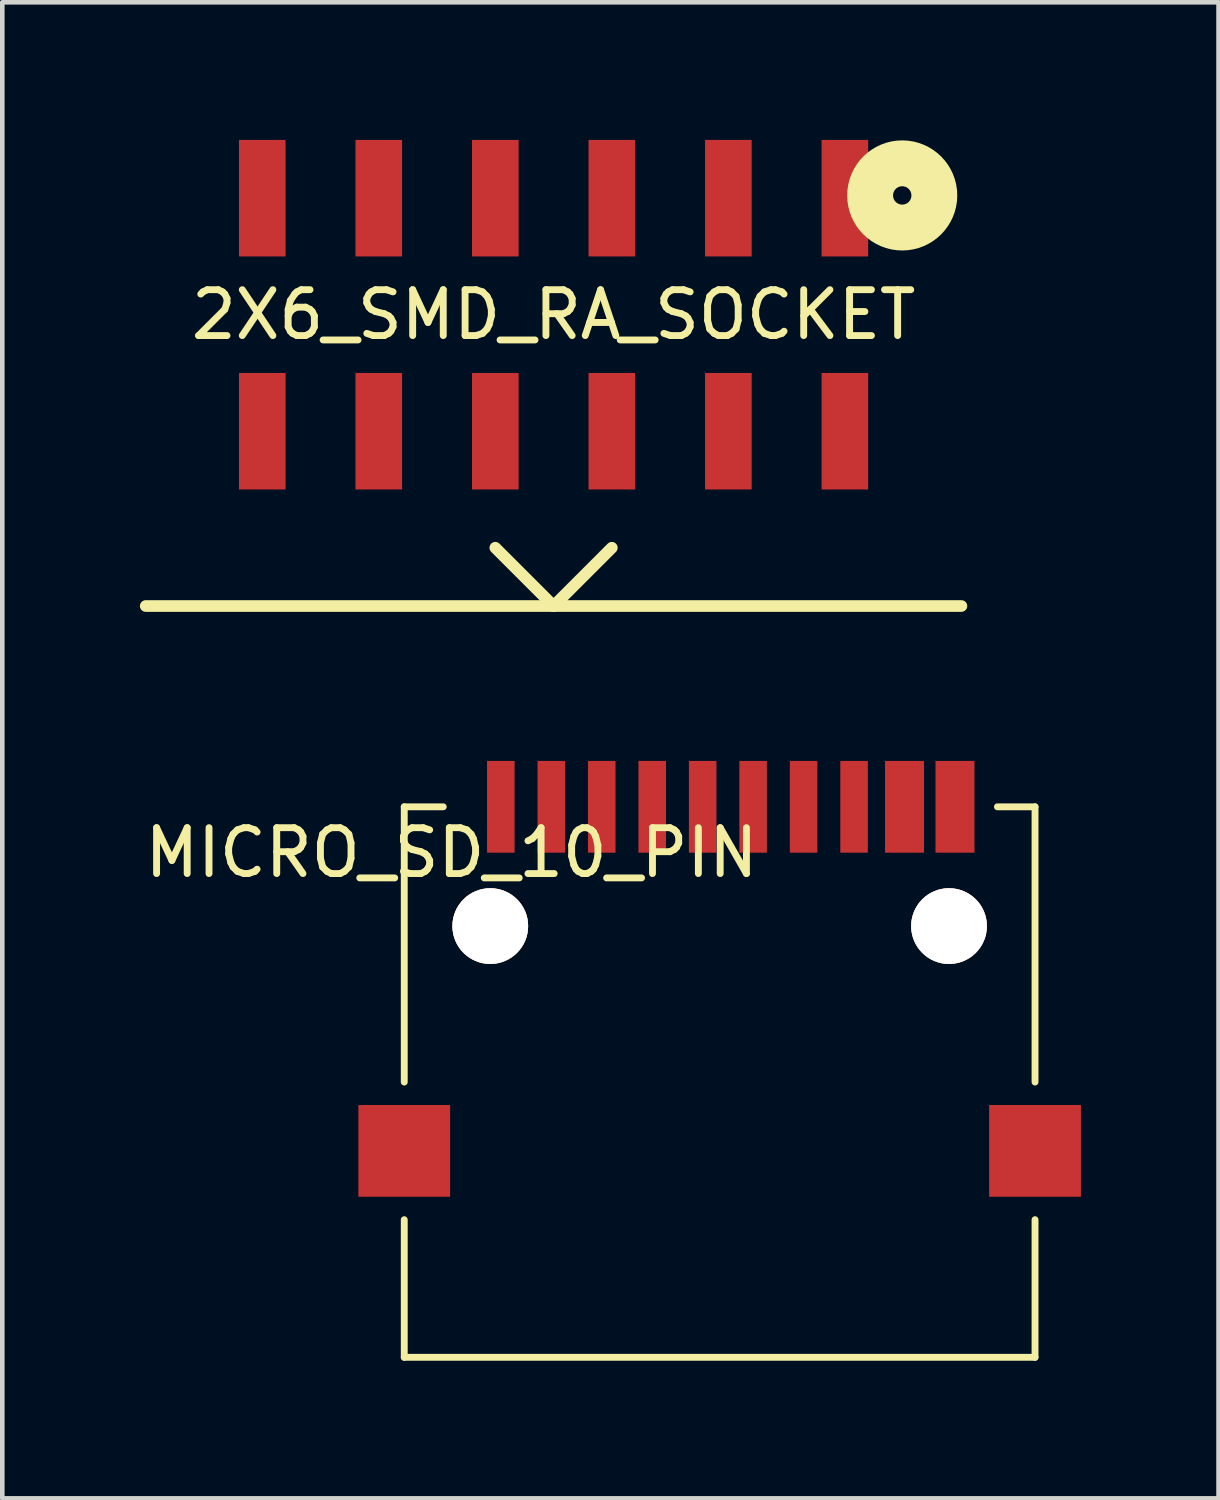
<source format=kicad_pcb>
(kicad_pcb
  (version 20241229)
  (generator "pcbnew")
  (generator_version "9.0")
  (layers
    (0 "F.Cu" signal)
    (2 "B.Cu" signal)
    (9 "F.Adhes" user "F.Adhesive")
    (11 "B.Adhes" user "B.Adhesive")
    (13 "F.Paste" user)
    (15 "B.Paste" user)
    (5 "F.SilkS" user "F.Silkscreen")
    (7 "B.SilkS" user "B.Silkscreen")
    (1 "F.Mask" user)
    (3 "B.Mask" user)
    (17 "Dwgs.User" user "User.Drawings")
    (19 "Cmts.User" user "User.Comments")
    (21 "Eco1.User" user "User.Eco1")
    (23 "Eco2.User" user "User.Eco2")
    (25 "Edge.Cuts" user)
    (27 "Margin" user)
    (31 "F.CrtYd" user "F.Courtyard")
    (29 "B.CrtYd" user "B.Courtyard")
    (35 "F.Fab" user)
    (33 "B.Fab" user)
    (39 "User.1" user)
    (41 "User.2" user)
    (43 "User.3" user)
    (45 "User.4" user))
  (footprint "MICRO_SD_10_PIN"
    (layer "F.Cu")
    (at 18.192 13.537)
    (property "Reference" "MICRO_SD_10_PIN" (at -11.4 2 0) (layer "F.SilkS") (effects (font (size 1 1) (thickness 0.15))))
    (attr through_hole)
    (fp_line (start -12.43 1) (end -11.58 1) (stroke (width 0.15) (type solid)) (layer "F.SilkS"))
    (fp_line (start -12.43 7) (end -12.43 1) (stroke (width 0.15) (type solid)) (layer "F.SilkS"))
    (fp_line (start -12.43 13) (end -12.43 10) (stroke (width 0.15) (type solid)) (layer "F.SilkS"))
    (fp_line (start 0.5 1) (end 1.32 1) (stroke (width 0.15) (type solid)) (layer "F.SilkS"))
    (fp_line (start 1.32 1) (end 1.32 7) (stroke (width 0.15) (type solid)) (layer "F.SilkS"))
    (fp_line (start 1.32 13) (end -12.43 13) (stroke (width 0.15) (type solid)) (layer "F.SilkS"))
    (fp_line (start 1.32 13) (end 1.32 10) (stroke (width 0.15) (type solid)) (layer "F.SilkS"))
    (pad "" np_thru_hole circle (at -10.555 3.6) (size 1.65 1.65) (drill 1.65) (layers "*.Cu" "*.SilkS" "*.Mask"))
    (pad "" np_thru_hole circle (at -0.555 3.6) (size 1.65 1.65) (drill 1.65) (layers "*.Cu" "*.SilkS" "*.Mask"))
    (pad "1" smd rect (at -2.625 1) (size 0.6 2) (layers "F.Cu" "F.Mask" "F.Paste"))
    (pad "2" smd rect (at -3.725 1) (size 0.6 2) (layers "F.Cu" "F.Mask" "F.Paste"))
    (pad "3" smd rect (at -4.825 1) (size 0.6 2) (layers "F.Cu" "F.Mask" "F.Paste"))
    (pad "4" smd rect (at -5.925 1) (size 0.6 2) (layers "F.Cu" "F.Mask" "F.Paste"))
    (pad "5" smd rect (at -7.025 1) (size 0.6 2) (layers "F.Cu" "F.Mask" "F.Paste"))
    (pad "6" smd rect (at -8.125 1) (size 0.6 2) (layers "F.Cu" "F.Mask" "F.Paste"))
    (pad "7" smd rect (at -9.225 1) (size 0.6 2) (layers "F.Cu" "F.Mask" "F.Paste"))
    (pad "8" smd rect (at -10.325 1) (size 0.6 2) (layers "F.Cu" "F.Mask" "F.Paste"))
    (pad "CD1" smd rect (at -1.525 1) (size 0.85 2) (layers "F.Cu" "F.Mask" "F.Paste"))
    (pad "CD2" smd rect (at -0.425 1) (size 0.85 2) (layers "F.Cu" "F.Mask" "F.Paste"))
    (pad "SHLD" smd rect (at -12.43 8.5) (size 2 2) (layers "F.Cu" "F.Mask" "F.Paste"))
    (pad "SHLD" smd rect (at 1.32 8.5) (size 2 2) (layers "F.Cu" "F.Mask" "F.Paste")))
  (footprint "2X6_SMD_RA_SOCKET"
    (layer "F.Cu")
    (at 9.017 3.81)
    (property "Reference" "2X6_SMD_RA_SOCKET" (at 0 0 0) (layer "F.SilkS") (effects (font (size 1 1) (thickness 0.15))))
    (attr smd)
    (fp_line (start 0 6.35) (end -8.89 6.35) (stroke (width 0.254) (type solid)) (layer "F.SilkS"))
    (fp_line (start 0 6.35) (end -1.27 5.08) (stroke (width 0.254) (type solid)) (layer "F.SilkS"))
    (fp_line (start 1.27 5.08) (end 0 6.35) (stroke (width 0.254) (type solid)) (layer "F.SilkS"))
    (fp_line (start 8.89 6.35) (end 0 6.35) (stroke (width 0.254) (type solid)) (layer "F.SilkS"))
    (fp_circle (center 7.6 -2.6) (end 7.8 -2.6) (stroke (width 1) (type solid)) (fill no) (layer "F.SilkS"))
    (pad "1" smd rect (at 6.35 -2.54 270) (size 2.54 1.016) (layers "F.Cu" "F.Mask" "F.Paste"))
    (pad "2" smd rect (at 3.81 -2.54 270) (size 2.54 1.016) (layers "F.Cu" "F.Mask" "F.Paste"))
    (pad "3" smd rect (at 1.27 -2.54 270) (size 2.54 1.016) (layers "F.Cu" "F.Mask" "F.Paste"))
    (pad "4" smd rect (at -1.27 -2.54 270) (size 2.54 1.016) (layers "F.Cu" "F.Mask" "F.Paste"))
    (pad "5" smd rect (at -3.81 -2.54 270) (size 2.54 1.016) (layers "F.Cu" "F.Mask" "F.Paste"))
    (pad "6" smd rect (at -6.35 -2.54 270) (size 2.54 1.016) (layers "F.Cu" "F.Mask" "F.Paste"))
    (pad "7" smd rect (at 6.35 2.54 270) (size 2.54 1.016) (layers "F.Cu" "F.Mask" "F.Paste"))
    (pad "8" smd rect (at 3.81 2.54 270) (size 2.54 1.016) (layers "F.Cu" "F.Mask" "F.Paste"))
    (pad "9" smd rect (at 1.27 2.54 270) (size 2.54 1.016) (layers "F.Cu" "F.Mask" "F.Paste"))
    (pad "10" smd rect (at -1.27 2.54 270) (size 2.54 1.016) (layers "F.Cu" "F.Mask" "F.Paste"))
    (pad "11" smd rect (at -3.81 2.54 270) (size 2.54 1.016) (layers "F.Cu" "F.Mask" "F.Paste"))
    (pad "12" smd rect (at -6.35 2.54 270) (size 2.54 1.016) (layers "F.Cu" "F.Mask" "F.Paste")))
  (gr_rect
    (start -3 -3)
    (end 23.512 29.612)
    (stroke (width 0.1) (type default))
    (fill no)
    (layer "Edge.Cuts")))
</source>
